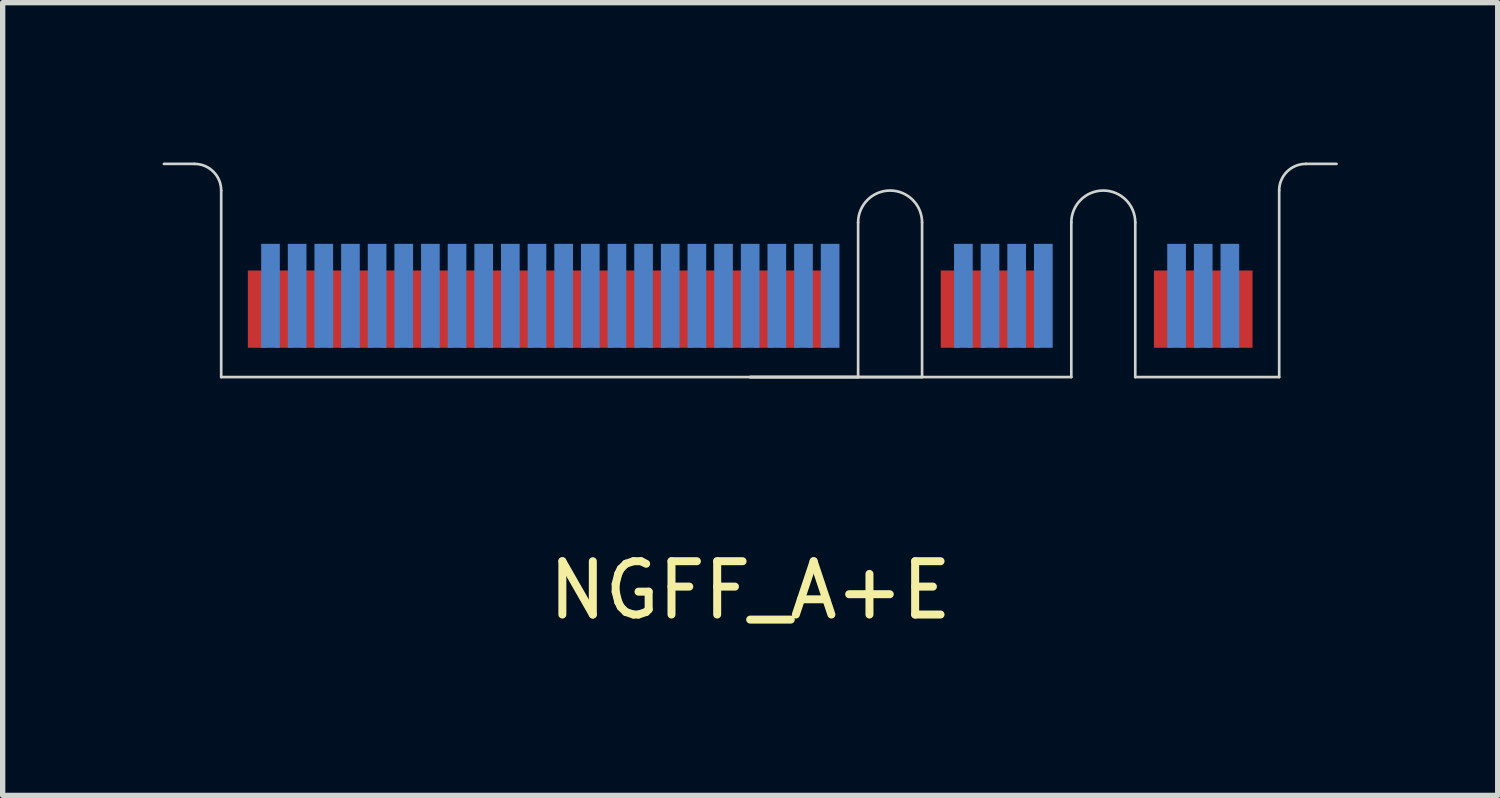
<source format=kicad_pcb>
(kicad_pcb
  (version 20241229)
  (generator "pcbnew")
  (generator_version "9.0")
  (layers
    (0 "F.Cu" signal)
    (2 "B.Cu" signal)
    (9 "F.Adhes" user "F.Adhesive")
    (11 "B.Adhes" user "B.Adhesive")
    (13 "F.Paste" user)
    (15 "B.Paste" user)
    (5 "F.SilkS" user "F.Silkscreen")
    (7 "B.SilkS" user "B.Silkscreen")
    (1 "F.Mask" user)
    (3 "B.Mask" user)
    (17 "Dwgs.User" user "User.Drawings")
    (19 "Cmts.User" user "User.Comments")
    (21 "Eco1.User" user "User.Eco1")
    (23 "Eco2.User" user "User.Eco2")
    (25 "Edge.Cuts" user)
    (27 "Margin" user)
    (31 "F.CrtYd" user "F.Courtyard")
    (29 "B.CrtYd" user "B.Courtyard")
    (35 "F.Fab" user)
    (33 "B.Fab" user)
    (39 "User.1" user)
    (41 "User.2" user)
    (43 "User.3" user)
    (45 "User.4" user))
  (footprint "NGFF_A+E"
    (layer "F.Cu")
    (at 11.025 4.025)
    (property "Reference" "NGFF_A+E" (at 0 4 0) (layer "F.SilkS") (effects (font (size 1 1) (thickness 0.15))))
    (attr through_hole)
    (fp_poly (pts (xy -9.925 0) (xy 2.025 0) (xy 2.025 -2) (xy -9.925 -2)) (stroke (width 0.1) (type solid)) (fill yes) (layer "F.Mask"))
    (fp_poly (pts (xy 3.225 0) (xy 6.025 0) (xy 6.025 -2) (xy 3.225 -2)) (stroke (width 0.1) (type solid)) (fill yes) (layer "F.Mask"))
    (fp_poly (pts (xy 7.225 0) (xy 9.925 0) (xy 9.925 -2) (xy 7.225 -2)) (stroke (width 0.1) (type solid)) (fill yes) (layer "F.Mask"))
    (fp_poly (pts (xy -9.925 0) (xy 2.025 0) (xy 2.025 -2.5) (xy -9.925 -2.5)) (stroke (width 0.1) (type solid)) (fill yes) (layer "B.Mask"))
    (fp_poly (pts (xy 3.225 0) (xy 6.025 0) (xy 6.025 -2.5) (xy 3.225 -2.5)) (stroke (width 0.1) (type solid)) (fill yes) (layer "B.Mask"))
    (fp_poly (pts (xy 7.225 0) (xy 9.925 0) (xy 9.925 -2.5) (xy 7.225 -2.5)) (stroke (width 0.1) (type solid)) (fill yes) (layer "B.Mask"))
    (fp_line (start -11 -4) (end -10.425 -4) (stroke (width 0.05) (type solid)) (layer "Edge.Cuts"))
    (fp_line (start -9.925 -3.5) (end -9.925 0) (stroke (width 0.05) (type solid)) (layer "Edge.Cuts"))
    (fp_line (start -9.925 0) (end 2.025 0) (stroke (width 0.05) (type solid)) (layer "Edge.Cuts"))
    (fp_line (start 0 0) (end 6.025 0) (stroke (width 0.05) (type solid)) (layer "Edge.Cuts"))
    (fp_line (start 2.025 0) (end 2.025 -2.9) (stroke (width 0.05) (type solid)) (layer "Edge.Cuts"))
    (fp_line (start 3.225 -2.9) (end 3.225 0) (stroke (width 0.05) (type solid)) (layer "Edge.Cuts"))
    (fp_line (start 3.225 0) (end 0 0) (stroke (width 0.05) (type solid)) (layer "Edge.Cuts"))
    (fp_line (start 6.025 0) (end 6.025 -2.9) (stroke (width 0.05) (type solid)) (layer "Edge.Cuts"))
    (fp_line (start 7.225 -2.9) (end 7.225 0) (stroke (width 0.05) (type solid)) (layer "Edge.Cuts"))
    (fp_line (start 7.225 0) (end 9.925 0) (stroke (width 0.05) (type solid)) (layer "Edge.Cuts"))
    (fp_line (start 9.925 0) (end 9.925 -3.5) (stroke (width 0.05) (type solid)) (layer "Edge.Cuts"))
    (fp_line (start 10.425 -4) (end 11 -4) (stroke (width 0.05) (type solid)) (layer "Edge.Cuts"))
    (fp_arc (start -10.425 -4) (mid -10.071447 -3.853553) (end -9.925 -3.5) (stroke (width 0.05) (type solid)) (layer "Edge.Cuts"))
    (fp_arc (start 2.025 -2.9) (mid 2.625 -3.5) (end 3.225 -2.9) (stroke (width 0.05) (type solid)) (layer "Edge.Cuts"))
    (fp_arc (start 6.025 -2.9) (mid 6.625 -3.5) (end 7.225 -2.9) (stroke (width 0.05) (type solid)) (layer "Edge.Cuts"))
    (fp_arc (start 9.925 -3.5) (mid 10.071447 -3.853553) (end 10.425 -4) (stroke (width 0.05) (type solid)) (layer "Edge.Cuts"))
    (pad "1" smd rect (at 9.25 -1.275) (size 0.35 1.45) (layers "F.Cu"))
    (pad "2" smd rect (at 9 -1.525) (size 0.35 1.95) (layers "B.Cu"))
    (pad "3" smd rect (at 8.75 -1.275) (size 0.35 1.45) (layers "F.Cu"))
    (pad "4" smd rect (at 8.5 -1.525) (size 0.35 1.95) (layers "B.Cu"))
    (pad "5" smd rect (at 8.25 -1.275) (size 0.35 1.45) (layers "F.Cu"))
    (pad "6" smd rect (at 8 -1.525) (size 0.35 1.95) (layers "B.Cu"))
    (pad "7" smd rect (at 7.75 -1.275) (size 0.35 1.45) (layers "F.Cu"))
    (pad "16" smd rect (at 5.5 -1.525) (size 0.35 1.95) (layers "B.Cu"))
    (pad "17" smd rect (at 5.25 -1.275) (size 0.35 1.45) (layers "F.Cu"))
    (pad "18" smd rect (at 5 -1.525) (size 0.35 1.95) (layers "B.Cu"))
    (pad "19" smd rect (at 4.75 -1.275) (size 0.35 1.45) (layers "F.Cu"))
    (pad "20" smd rect (at 4.5 -1.525) (size 0.35 1.95) (layers "B.Cu"))
    (pad "21" smd rect (at 4.25 -1.275) (size 0.35 1.45) (layers "F.Cu"))
    (pad "22" smd rect (at 4 -1.525) (size 0.35 1.95) (layers "B.Cu"))
    (pad "23" smd rect (at 3.75 -1.275) (size 0.35 1.45) (layers "F.Cu"))
    (pad "32" smd rect (at 1.5 -1.525) (size 0.35 1.95) (layers "B.Cu"))
    (pad "33" smd rect (at 1.25 -1.275) (size 0.35 1.45) (layers "F.Cu"))
    (pad "34" smd rect (at 1 -1.525) (size 0.35 1.95) (layers "B.Cu"))
    (pad "35" smd rect (at 0.75 -1.275) (size 0.35 1.45) (layers "F.Cu"))
    (pad "36" smd rect (at 0.5 -1.525) (size 0.35 1.95) (layers "B.Cu"))
    (pad "37" smd rect (at 0.25 -1.275) (size 0.35 1.45) (layers "F.Cu"))
    (pad "38" smd rect (at 0 -1.525) (size 0.35 1.95) (layers "B.Cu"))
    (pad "39" smd rect (at -0.25 -1.275) (size 0.35 1.45) (layers "F.Cu"))
    (pad "40" smd rect (at -0.5 -1.525) (size 0.35 1.95) (layers "B.Cu"))
    (pad "41" smd rect (at -0.75 -1.275) (size 0.35 1.45) (layers "F.Cu"))
    (pad "42" smd rect (at -1 -1.525) (size 0.35 1.95) (layers "B.Cu"))
    (pad "43" smd rect (at -1.25 -1.275) (size 0.35 1.45) (layers "F.Cu"))
    (pad "44" smd rect (at -1.5 -1.525) (size 0.35 1.95) (layers "B.Cu"))
    (pad "45" smd rect (at -1.75 -1.275) (size 0.35 1.45) (layers "F.Cu"))
    (pad "46" smd rect (at -2 -1.525) (size 0.35 1.95) (layers "B.Cu"))
    (pad "47" smd rect (at -2.25 -1.275) (size 0.35 1.45) (layers "F.Cu"))
    (pad "48" smd rect (at -2.5 -1.525) (size 0.35 1.95) (layers "B.Cu"))
    (pad "49" smd rect (at -2.75 -1.275) (size 0.35 1.45) (layers "F.Cu"))
    (pad "50" smd rect (at -3 -1.525) (size 0.35 1.95) (layers "B.Cu"))
    (pad "51" smd rect (at -3.25 -1.275) (size 0.35 1.45) (layers "F.Cu"))
    (pad "52" smd rect (at -3.5 -1.525) (size 0.35 1.95) (layers "B.Cu"))
    (pad "53" smd rect (at -3.75 -1.275) (size 0.35 1.45) (layers "F.Cu"))
    (pad "54" smd rect (at -4 -1.525) (size 0.35 1.95) (layers "B.Cu"))
    (pad "55" smd rect (at -4.25 -1.275) (size 0.35 1.45) (layers "F.Cu"))
    (pad "56" smd rect (at -4.5 -1.525) (size 0.35 1.95) (layers "B.Cu"))
    (pad "57" smd rect (at -4.75 -1.275) (size 0.35 1.45) (layers "F.Cu"))
    (pad "58" smd rect (at -5 -1.525) (size 0.35 1.95) (layers "B.Cu"))
    (pad "59" smd rect (at -5.25 -1.275) (size 0.35 1.45) (layers "F.Cu"))
    (pad "60" smd rect (at -5.5 -1.525) (size 0.35 1.95) (layers "B.Cu"))
    (pad "61" smd rect (at -5.75 -1.275) (size 0.35 1.45) (layers "F.Cu"))
    (pad "62" smd rect (at -6 -1.525) (size 0.35 1.95) (layers "B.Cu"))
    (pad "63" smd rect (at -6.25 -1.275) (size 0.35 1.45) (layers "F.Cu"))
    (pad "64" smd rect (at -6.5 -1.525) (size 0.35 1.95) (layers "B.Cu"))
    (pad "65" smd rect (at -6.75 -1.275) (size 0.35 1.45) (layers "F.Cu"))
    (pad "66" smd rect (at -7 -1.525) (size 0.35 1.95) (layers "B.Cu"))
    (pad "67" smd rect (at -7.25 -1.275) (size 0.35 1.45) (layers "F.Cu"))
    (pad "68" smd rect (at -7.5 -1.525) (size 0.35 1.95) (layers "B.Cu"))
    (pad "69" smd rect (at -7.75 -1.275) (size 0.35 1.45) (layers "F.Cu"))
    (pad "70" smd rect (at -8 -1.525) (size 0.35 1.95) (layers "B.Cu"))
    (pad "71" smd rect (at -8.25 -1.275) (size 0.35 1.45) (layers "F.Cu"))
    (pad "72" smd rect (at -8.5 -1.525) (size 0.35 1.95) (layers "B.Cu"))
    (pad "73" smd rect (at -8.75 -1.275) (size 0.35 1.45) (layers "F.Cu"))
    (pad "74" smd rect (at -9 -1.525) (size 0.35 1.95) (layers "B.Cu"))
    (pad "75" smd rect (at -9.25 -1.275) (size 0.35 1.45) (layers "F.Cu")))
  (gr_rect
    (start -3 -3)
    (end 25.05 11.873)
    (stroke (width 0.1) (type default))
    (fill no)
    (layer "Edge.Cuts")))
</source>
